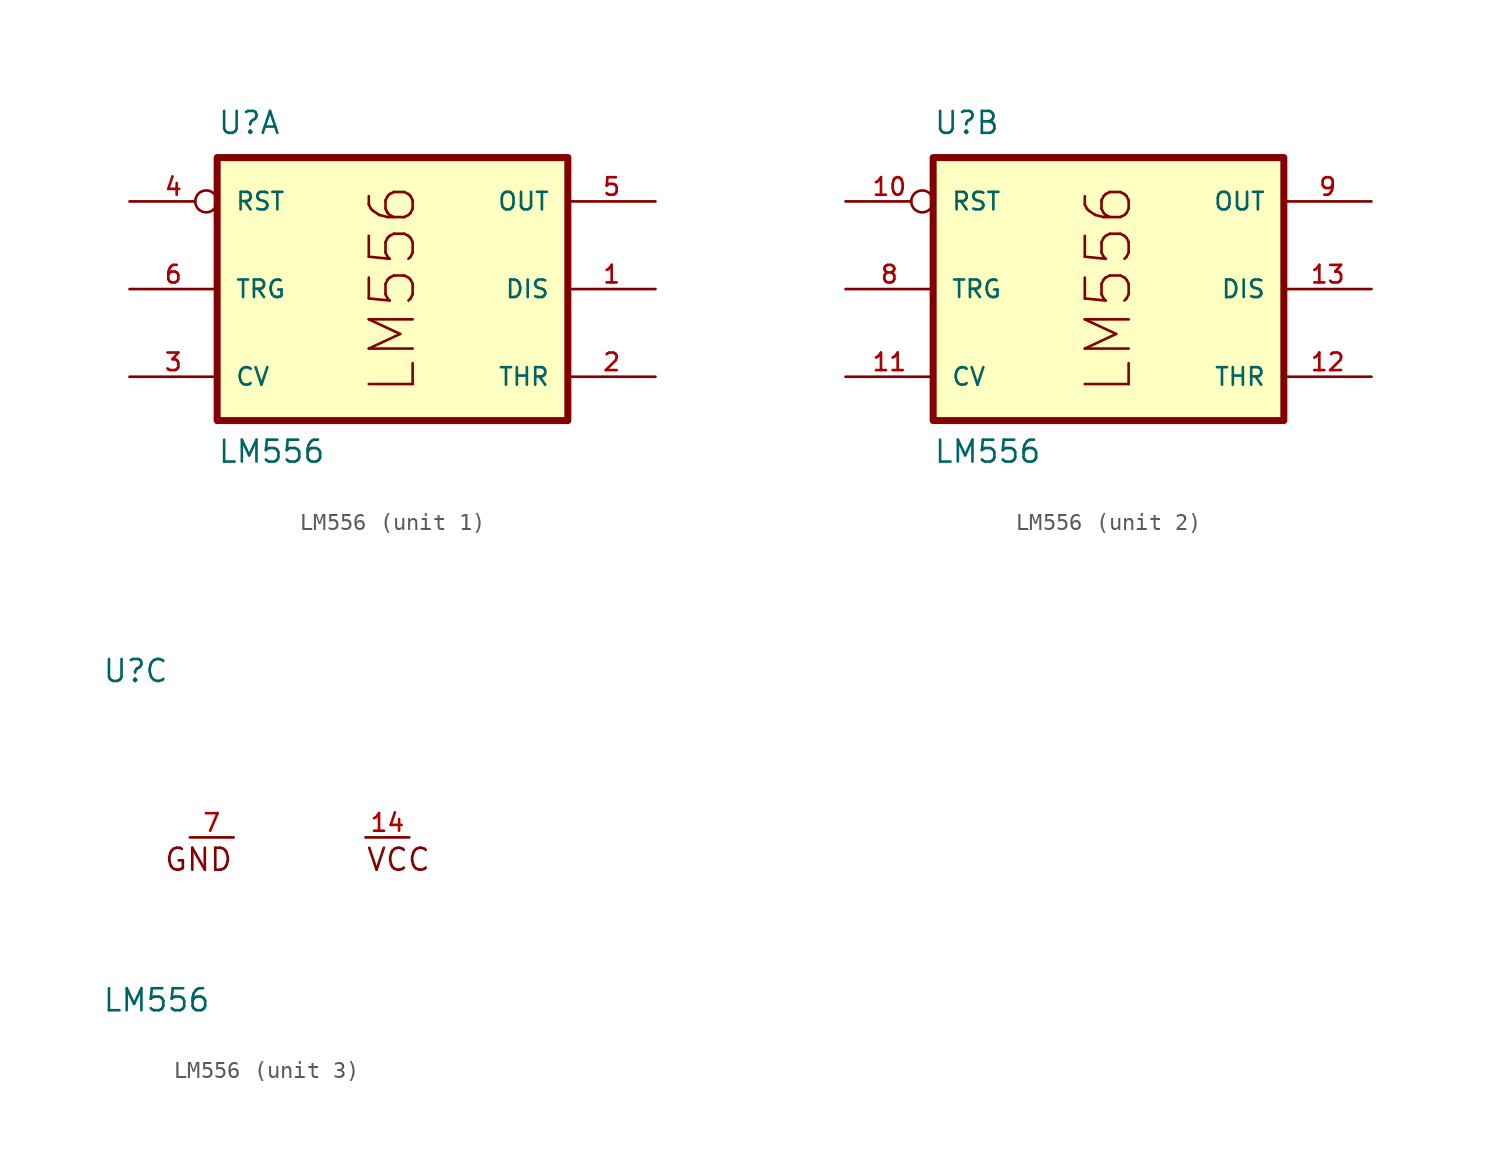
<source format=kicad_sym>
(kicad_symbol_lib
  (version 20211014)
  (generator kicad_symbol_editor)
  (symbol "LM556"
    (pin_names
      (offset 1.016))
    (property "Reference" "U"
      (at -10.16 8.89 0)
      (effects (font (size 1.27 1.27)) (justify bottom left)))
    (property "Value" "LM556"
      (at -10.16 -10.16 0)
      (effects (font (size 1.27 1.27)) (justify bottom left)))
    (symbol "LM556_1_0"
      (text "LM556" (at 0.0 0.0 900) (effects (font (size 2.54 2.54))))
      (rectangle (start -10.16 -7.62) (end 10.16 7.62) (stroke (width 0.406)) (fill (type background)))
      (pin input line (at -15.24 0.0 0) (length 5.08) (name "TRG" (effects (font (size 1.016 1.016)))) (number "6" (effects (font (size 1.016 1.016)))))
      (pin output line (at 15.24 5.08 180.0) (length 5.08) (name "OUT" (effects (font (size 1.016 1.016)))) (number "5" (effects (font (size 1.016 1.016)))))
      (pin input inverted (at -15.24 5.08 0) (length 5.08) (name "RST" (effects (font (size 1.016 1.016)))) (number "4" (effects (font (size 1.016 1.016)))))
      (pin input line (at -15.24 -5.08 0) (length 5.08) (name "CV" (effects (font (size 1.016 1.016)))) (number "3" (effects (font (size 1.016 1.016)))))
      (pin input line (at 15.24 -5.08 180.0) (length 5.08) (name "THR" (effects (font (size 1.016 1.016)))) (number "2" (effects (font (size 1.016 1.016)))))
      (pin input line (at 15.24 0.0 180.0) (length 5.08) (name "DIS" (effects (font (size 1.016 1.016)))) (number "1" (effects (font (size 1.016 1.016))))))
    (symbol "LM556_2_0"
      (text "LM556" (at 0.0 0.0 900) (effects (font (size 2.54 2.54))))
      (rectangle (start -10.16 -7.62) (end 10.16 7.62) (stroke (width 0.406)) (fill (type background)))
      (pin input line (at -15.24 0.0 0) (length 5.08) (name "TRG" (effects (font (size 1.016 1.016)))) (number "8" (effects (font (size 1.016 1.016)))))
      (pin output line (at 15.24 5.08 180.0) (length 5.08) (name "OUT" (effects (font (size 1.016 1.016)))) (number "9" (effects (font (size 1.016 1.016)))))
      (pin input inverted (at -15.24 5.08 0) (length 5.08) (name "RST" (effects (font (size 1.016 1.016)))) (number "10" (effects (font (size 1.016 1.016)))))
      (pin input line (at -15.24 -5.08 0) (length 5.08) (name "CV" (effects (font (size 1.016 1.016)))) (number "11" (effects (font (size 1.016 1.016)))))
      (pin input line (at 15.24 -5.08 180.0) (length 5.08) (name "THR" (effects (font (size 1.016 1.016)))) (number "12" (effects (font (size 1.016 1.016)))))
      (pin input line (at 15.24 0.0 180.0) (length 5.08) (name "DIS" (effects (font (size 1.016 1.016)))) (number "13" (effects (font (size 1.016 1.016))))))
    (symbol "LM556_3_0"
      (text "GND" (at -2.54 -2.032 0) (effects (font (size 1.27 1.27)) (justify bottom right)))
      (text "VCC" (at 5.08 -2.032 0) (effects (font (size 1.27 1.27)) (justify bottom left)))
      (pin power_in line (at -5.08 0.0 0) (length 2.54) (name "~" (effects (font (size 1.016 1.016)))) (number "7" (effects (font (size 1.016 1.016)))))
      (pin power_in line (at 7.62 0.0 180.0) (length 2.54) (name "~" (effects (font (size 1.016 1.016)))) (number "14" (effects (font (size 1.016 1.016))))))))
</source>
